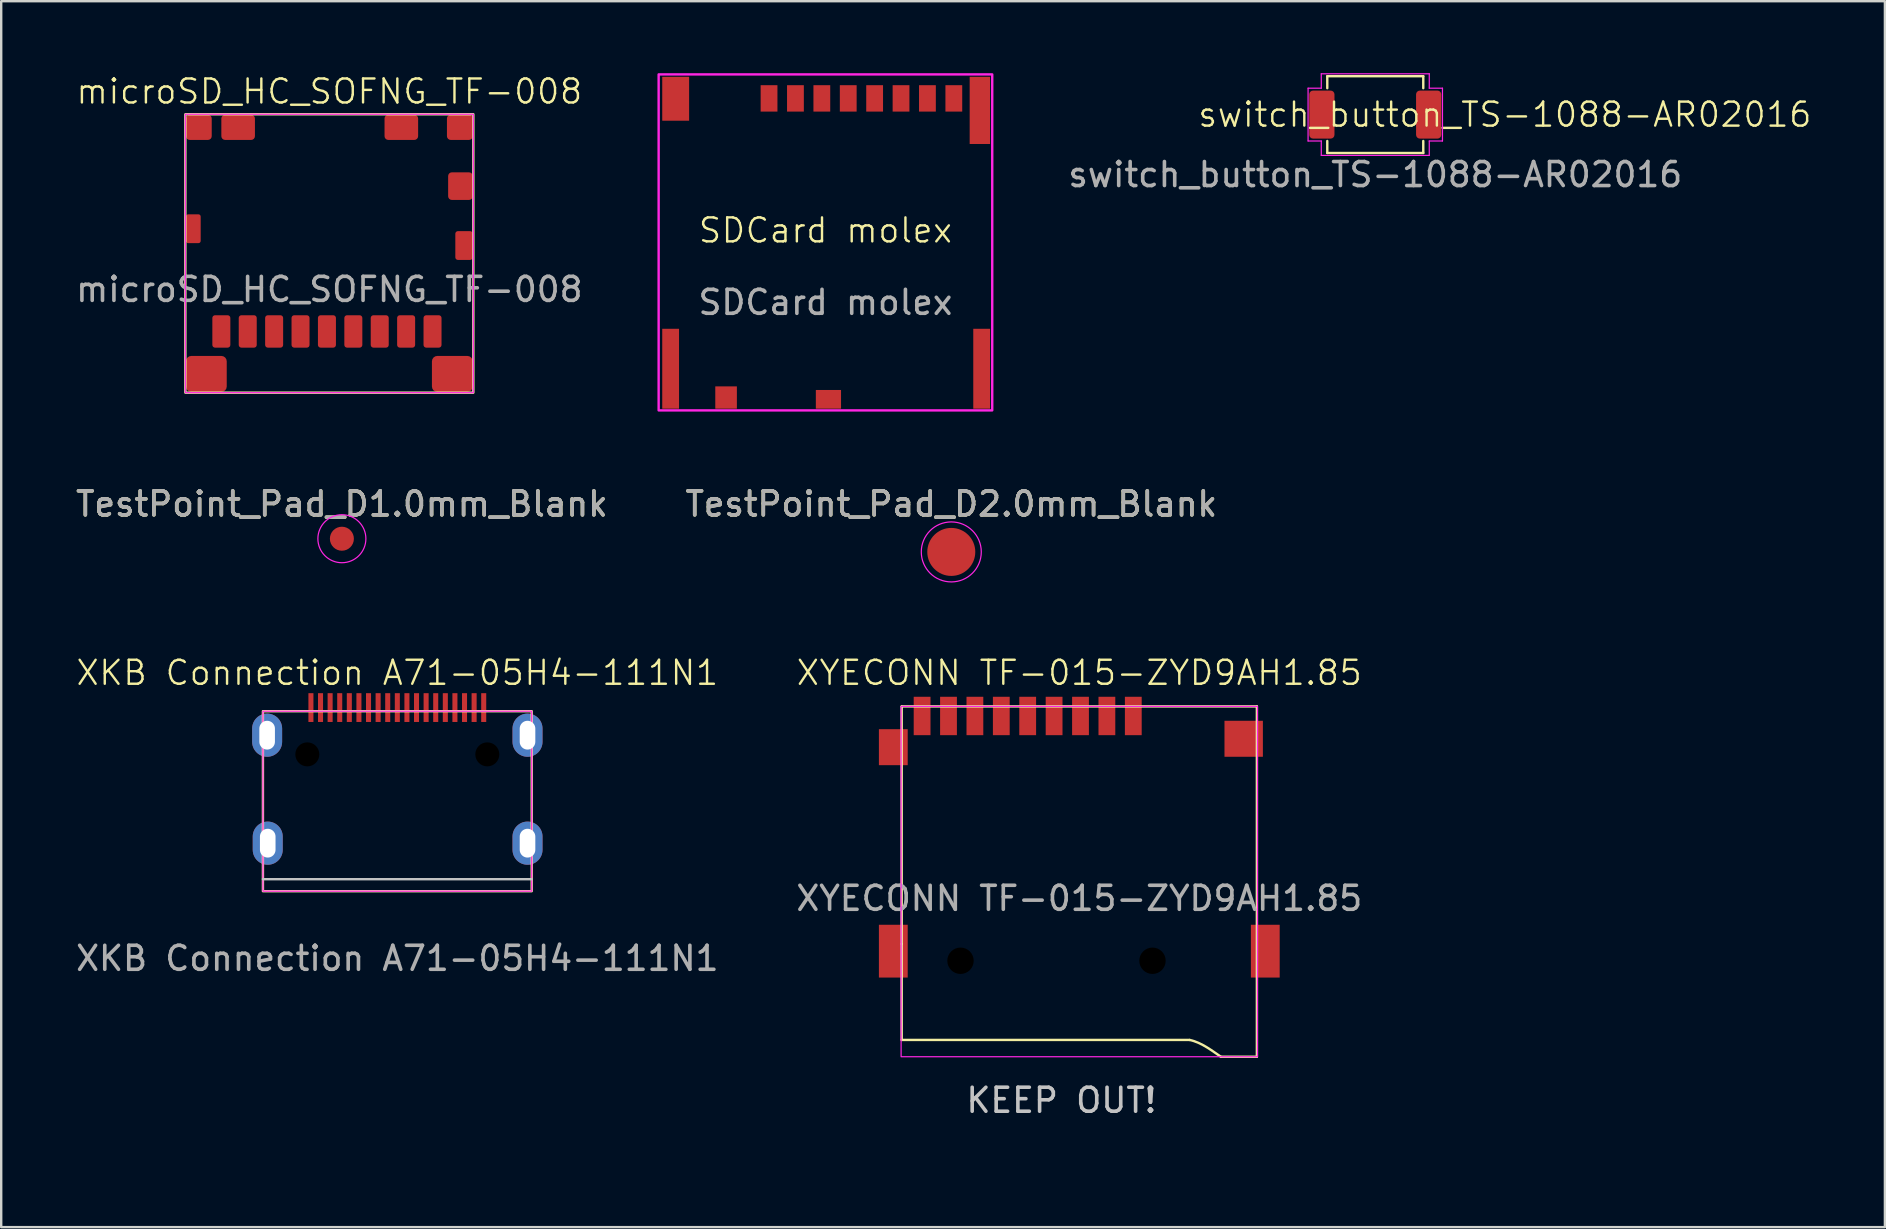
<source format=kicad_pcb>
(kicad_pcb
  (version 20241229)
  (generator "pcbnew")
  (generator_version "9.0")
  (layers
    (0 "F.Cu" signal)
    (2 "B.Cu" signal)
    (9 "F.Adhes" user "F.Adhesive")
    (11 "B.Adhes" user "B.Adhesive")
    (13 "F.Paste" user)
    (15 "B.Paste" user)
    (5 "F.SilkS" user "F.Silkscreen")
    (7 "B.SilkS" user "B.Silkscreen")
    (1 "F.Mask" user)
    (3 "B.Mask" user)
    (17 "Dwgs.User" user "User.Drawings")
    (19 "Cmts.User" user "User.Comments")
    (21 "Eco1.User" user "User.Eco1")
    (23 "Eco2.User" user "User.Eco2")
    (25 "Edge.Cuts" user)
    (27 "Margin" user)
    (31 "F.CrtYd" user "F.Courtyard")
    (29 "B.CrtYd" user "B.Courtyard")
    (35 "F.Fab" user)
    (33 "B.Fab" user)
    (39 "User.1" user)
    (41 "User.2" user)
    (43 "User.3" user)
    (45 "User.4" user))
  (footprint "XKB Connection A71-05H4-111N1"
    (layer "F.Cu")
    (at 13.506 27.584)
    (property "Reference" "XKB Connection A71-05H4-111N1" (at 0 -2.6 0) (unlocked yes) (layer "F.SilkS") (effects (font (size 1 1) (thickness 0.1))))
    (attr smd)
    (fp_rect (start -5.6 -1) (end 5.6 6.5) (stroke (width 0.1) (type default)) (fill no) (layer "F.SilkS"))
    (fp_line (start -5.6 6) (end 5.6 6) (stroke (width 0.1) (type default)) (layer "Dwgs.User"))
    (fp_rect (start -5.6 -1) (end 5.6 6.5) (stroke (width 0.05) (type solid)) (fill no) (layer "F.CrtYd"))
    (fp_text user "${REFERENCE}" (at 0 9.3 0) (unlocked yes) (layer "F.Fab") (effects (font (size 1 1) (thickness 0.15))))
    (pad "" np_thru_hole circle (at -3.75 0.8) (size 1 1) (drill 1) (layers "*.Mask"))
    (pad "" np_thru_hole circle (at 3.75 0.8) (size 1 1) (drill 1) (layers "*.Mask"))
    (pad "1" smd rect (at 3.6 -1.15) (size 0.21 1.2) (layers "F.Cu" "F.Mask" "F.Paste"))
    (pad "2" smd rect (at 3.2 -1.15) (size 0.21 1.2) (layers "F.Cu" "F.Mask" "F.Paste"))
    (pad "3" smd rect (at 2.8 -1.15) (size 0.21 1.2) (layers "F.Cu" "F.Mask" "F.Paste"))
    (pad "4" smd rect (at 2.4 -1.15) (size 0.21 1.2) (layers "F.Cu" "F.Mask" "F.Paste"))
    (pad "5" smd rect (at 2 -1.15) (size 0.21 1.2) (layers "F.Cu" "F.Mask" "F.Paste"))
    (pad "6" smd rect (at 1.6 -1.15) (size 0.21 1.2) (layers "F.Cu" "F.Mask" "F.Paste"))
    (pad "7" smd rect (at 1.2 -1.15) (size 0.21 1.2) (layers "F.Cu" "F.Mask" "F.Paste"))
    (pad "8" smd rect (at 0.8 -1.15) (size 0.21 1.2) (layers "F.Cu" "F.Mask" "F.Paste"))
    (pad "9" smd rect (at 0.4 -1.15) (size 0.21 1.2) (layers "F.Cu" "F.Mask" "F.Paste"))
    (pad "10" smd rect (at 0 -1.15) (size 0.21 1.2) (layers "F.Cu" "F.Mask" "F.Paste"))
    (pad "11" smd rect (at -0.4 -1.15) (size 0.21 1.2) (layers "F.Cu" "F.Mask" "F.Paste"))
    (pad "12" smd rect (at -0.8 -1.15) (size 0.21 1.2) (layers "F.Cu" "F.Mask" "F.Paste"))
    (pad "13" smd rect (at -1.2 -1.15) (size 0.21 1.2) (layers "F.Cu" "F.Mask" "F.Paste"))
    (pad "14" smd rect (at -1.6 -1.15) (size 0.21 1.2) (layers "F.Cu" "F.Mask" "F.Paste"))
    (pad "15" smd rect (at -2 -1.15) (size 0.21 1.2) (layers "F.Cu" "F.Mask" "F.Paste"))
    (pad "16" smd rect (at -2.4 -1.15) (size 0.21 1.2) (layers "F.Cu" "F.Mask" "F.Paste"))
    (pad "17" smd rect (at -2.8 -1.15) (size 0.21 1.2) (layers "F.Cu" "F.Mask" "F.Paste"))
    (pad "18" smd rect (at -3.2 -1.15) (size 0.21 1.2) (layers "F.Cu" "F.Mask" "F.Paste"))
    (pad "19" smd rect (at -3.6 -1.15) (size 0.21 1.2) (layers "F.Cu" "F.Mask" "F.Paste"))
    (pad "SH" thru_hole oval (at -5.425 0) (size 1.25 1.8) (drill oval 0.65 1.2) (layers "*.Cu" "*.Mask"))
    (pad "SH" thru_hole oval (at -5.4 4.5) (size 1.25 1.8) (drill oval 0.65 1.2) (layers "*.Cu" "*.Mask"))
    (pad "SH" thru_hole oval (at 5.425 0) (size 1.25 1.8) (drill oval 0.65 1.2) (layers "*.Cu" "*.Mask"))
    (pad "SH" thru_hole oval (at 5.425 4.5) (size 1.25 1.8) (drill oval 0.65 1.2) (layers "*.Cu" "*.Mask")))
  (footprint "SDCard molex"
    (layer "F.Cu")
    (at 31.345 7.05)
    (property "Reference" "SDCard molex" (at 0 -0.5 0) (unlocked yes) (layer "F.SilkS") (effects (font (size 1 1) (thickness 0.1))))
    (attr smd)
    (fp_rect (start -6.95 -7) (end 6.95 7) (stroke (width 0.1) (type solid)) (fill no) (layer "F.CrtYd"))
    (fp_text user "${REFERENCE}" (at 0 2.5 0) (unlocked yes) (layer "F.Fab") (effects (font (size 1 1) (thickness 0.15))))
    (pad "1" smd rect (at 5.35 -6) (size 0.7 1.1) (layers "F.Cu" "F.Mask" "F.Paste"))
    (pad "2" smd rect (at 4.25 -6) (size 0.7 1.1) (layers "F.Cu" "F.Mask" "F.Paste"))
    (pad "3" smd rect (at 3.15 -6) (size 0.7 1.1) (layers "F.Cu" "F.Mask" "F.Paste"))
    (pad "4" smd rect (at 2.05 -6) (size 0.7 1.1) (layers "F.Cu" "F.Mask" "F.Paste"))
    (pad "5" smd rect (at 0.95 -6) (size 0.7 1.1) (layers "F.Cu" "F.Mask" "F.Paste"))
    (pad "6" smd rect (at -0.15 -6) (size 0.7 1.1) (layers "F.Cu" "F.Mask" "F.Paste"))
    (pad "7" smd rect (at -1.25 -6) (size 0.7 1.1) (layers "F.Cu" "F.Mask" "F.Paste"))
    (pad "8" smd rect (at -2.35 -6) (size 0.7 1.1) (layers "F.Cu" "F.Mask" "F.Paste"))
    (pad "9" smd rect (at -4.14 6.465) (size 0.9 0.93) (layers "F.Cu" "F.Mask" "F.Paste"))
    (pad "10" smd rect (at 0.125 6.54) (size 1.05 0.78) (layers "F.Cu" "F.Mask" "F.Paste"))
    (pad "11" smd rect (at -6.45 5.265) (size 0.7 3.33) (layers "F.Cu" "F.Mask" "F.Paste"))
    (pad "11" smd rect (at -6.24 -5.985) (size 1.12 1.83) (layers "F.Cu" "F.Mask" "F.Paste"))
    (pad "11" smd rect (at 6.435 -5.5) (size 0.85 2.8) (layers "F.Cu" "F.Mask" "F.Paste"))
    (pad "11" smd rect (at 6.51 5.265) (size 0.7 3.33) (layers "F.Cu" "F.Mask" "F.Paste"))
    (zone (net_name "") (layer "Margin") (hatch edge 0.5) (connect_pads) (min_thickness 0.25) (filled_areas_thickness no) (keepout (tracks not_allowed) (vias not_allowed) (pads not_allowed) (copperpour not_allowed) (footprints allowed)) (placement (enabled no)) (fill) (polygon (pts (xy 25.295 8.05) (xy 24.495 8.05) (xy 24.495 5.35) (xy 25.295 5.35))))
    (zone (net_name "") (layer "Margin") (hatch edge 0.5) (connect_pads) (min_thickness 0.25) (filled_areas_thickness no) (keepout (tracks not_allowed) (vias not_allowed) (pads not_allowed) (copperpour not_allowed) (footprints allowed)) (placement (enabled no)) (fill) (polygon (pts (xy 26.695 13.45) (xy 26.295 13.45) (xy 26.295 11.35) (xy 26.695 11.35))))
    (zone (net_name "") (layer "Margin") (hatch edge 0.5) (connect_pads) (min_thickness 0.25) (filled_areas_thickness no) (keepout (tracks not_allowed) (vias not_allowed) (pads not_allowed) (copperpour not_allowed) (footprints allowed)) (placement (enabled no)) (fill) (polygon (pts (xy 28.495 13.65) (xy 27.695 13.65) (xy 27.695 12.85) (xy 28.495 12.85))))
    (zone (net_name "") (layer "Margin") (hatch edge 0.5) (connect_pads) (min_thickness 0.25) (filled_areas_thickness no) (keepout (tracks not_allowed) (vias not_allowed) (pads not_allowed) (copperpour allowed) (footprints allowed)) (placement (enabled no)) (fill) (polygon (pts (xy 38.295 14.05) (xy 38.295 3.05) (xy 28.288 3.05) (xy 28.288 8.05) (xy 27.788 8.05) (xy 27.788 11.05) (xy 31.515 11.05) (xy 31.515 12.05) (xy 29.795 12.05) (xy 29.795 14.05)))))
  (footprint "XYECONN TF-015-ZYD9AH1.85"
    (layer "F.Cu")
    (at 41.923 36.984)
    (property "Reference" "XYECONN TF-015-ZYD9AH1.85" (at 0 -12 0) (unlocked yes) (layer "F.SilkS") (effects (font (size 1 1) (thickness 0.1))))
    (attr smd)
    (fp_line (start -7.4 -10.6) (end 7.4 -10.6) (stroke (width 0.1) (type default)) (layer "F.SilkS"))
    (fp_line (start -7.4 -0.7) (end -7.4 -10.6) (stroke (width 0.1) (type default)) (layer "F.SilkS"))
    (fp_line (start -7.4 -0.7) (end -7.4 3.3) (stroke (width 0.1) (type default)) (layer "F.SilkS"))
    (fp_line (start -7.4 3.3) (end 4.6 3.3) (stroke (width 0.1) (type default)) (layer "F.SilkS"))
    (fp_line (start 5.9 4) (end 7.4 4) (stroke (width 0.1) (type default)) (layer "F.SilkS"))
    (fp_line (start 7.4 -10.6) (end 7.4 4) (stroke (width 0.1) (type default)) (layer "F.SilkS"))
    (fp_curve (pts (xy 4.6 3.3) (xy 5.1 3.4) (xy 5.6 3.8) (xy 5.9 4)) (stroke (width 0.1) (type default)) (layer "F.SilkS"))
    (fp_rect (start -7.425 -10.6) (end 7.425 4) (stroke (width 0.05) (type solid)) (fill no) (layer "F.CrtYd"))
    (fp_text user "KEEP OUT!" (at -4.8 6.4 0) (unlocked yes) (layer "Dwgs.User") (effects (font (size 1 1) (thickness 0.15)) (justify left bottom)))
    (fp_text user "${REFERENCE}" (at 0 -2.6 0) (unlocked yes) (layer "F.Fab") (effects (font (size 1 1) (thickness 0.15))))
    (pad "" np_thru_hole circle (at -4.95 0) (size 1.1 1.1) (drill 1.1) (layers "F.Mask"))
    (pad "" np_thru_hole circle (at 3.05 0) (size 1.1 1.1) (drill 1.1) (layers "F.Mask"))
    (pad "1" smd rect (at 2.25 -10.2) (size 0.7 1.6) (layers "F.Cu" "F.Mask" "F.Paste"))
    (pad "2" smd rect (at 1.15 -10.2) (size 0.7 1.6) (layers "F.Cu" "F.Mask" "F.Paste"))
    (pad "3" smd rect (at 0.05 -10.2) (size 0.7 1.6) (layers "F.Cu" "F.Mask" "F.Paste"))
    (pad "4" smd rect (at -1.05 -10.2) (size 0.7 1.6) (layers "F.Cu" "F.Mask" "F.Paste"))
    (pad "5" smd rect (at -2.15 -10.2) (size 0.7 1.6) (layers "F.Cu" "F.Mask" "F.Paste"))
    (pad "6" smd rect (at -3.25 -10.2) (size 0.7 1.6) (layers "F.Cu" "F.Mask" "F.Paste"))
    (pad "7" smd rect (at -4.35 -10.2) (size 0.7 1.6) (layers "F.Cu" "F.Mask" "F.Paste"))
    (pad "8" smd rect (at -5.45 -10.2) (size 0.7 1.6) (layers "F.Cu" "F.Mask" "F.Paste"))
    (pad "9" smd rect (at -6.55 -10.2) (size 0.7 1.6) (layers "F.Cu" "F.Mask" "F.Paste"))
    (pad "10" smd rect (at -7.75 -8.9) (size 1.2 1.5) (layers "F.Cu" "F.Mask" "F.Paste"))
    (pad "10" smd rect (at -7.75 -0.4) (size 1.2 2.2) (layers "F.Cu" "F.Mask" "F.Paste"))
    (pad "10" smd rect (at 6.85 -9.25) (size 1.6 1.5) (layers "F.Cu" "F.Mask" "F.Paste"))
    (pad "10" smd rect (at 7.75 -0.4) (size 1.2 2.2) (layers "F.Cu" "F.Mask" "F.Paste"))
    (zone (net_name "") (layer "F.CrtYd") (name "SD Card") (hatch edge 0.5) (connect_pads) (min_thickness 0.25) (filled_areas_thickness no) (keepout (tracks allowed) (vias allowed) (pads not_allowed) (copperpour allowed) (footprints not_allowed)) (placement (enabled no)) (fill) (polygon (pts (xy 34.523 40.984) (xy 34.523 40.284) (xy 47.823 40.284) (xy 47.823 45.084) (xy 34.523 45.084)))))
  (footprint "TestPoint_Pad_D2.0mm_Blank"
    (layer "F.Cu")
    (at 36.589 19.948)
    (property "Reference" "TestPoint_Pad_D2.0mm_Blank" (at 0 -1.998 0) (layer "F.SilkS") (effects (font (size 1 1) (thickness 0.15))))
    (attr exclude_from_pos_files exclude_from_bom)
    (fp_circle (center 0 0) (end 1.25 0) (stroke (width 0.05) (type solid)) (fill no) (layer "F.CrtYd"))
    (fp_text user "${REFERENCE}" (at 0 -2 0) (layer "F.Fab") (effects (font (size 1 1) (thickness 0.15))))
    (pad "1" smd circle (at 0 0) (size 2 2) (layers "F.Cu" "F.Mask")))
  (footprint "switch_button_TS-1088-AR02016"
    (layer "F.Cu")
    (at 54.256 1.725)
    (property "Reference" "switch_button_TS-1088-AR02016" (at 5.4 0 0) (unlocked yes) (layer "F.SilkS") (effects (font (size 1 1) (thickness 0.1))))
    (attr smd)
    (fp_line (start -2 -1.6) (end -2 -1.1) (stroke (width 0.1) (type default)) (layer "F.SilkS"))
    (fp_line (start -2 -1.6) (end 2 -1.6) (stroke (width 0.1) (type solid)) (layer "F.SilkS"))
    (fp_line (start -2 1.6) (end -2 1.1) (stroke (width 0.1) (type default)) (layer "F.SilkS"))
    (fp_line (start -2 1.6) (end 2 1.6) (stroke (width 0.1) (type solid)) (layer "F.SilkS"))
    (fp_line (start 2 -1.6) (end 2 -1.1) (stroke (width 0.1) (type default)) (layer "F.SilkS"))
    (fp_line (start 2 1.6) (end 2 1.1) (stroke (width 0.1) (type default)) (layer "F.SilkS"))
    (fp_line (start -2.8 -1.1) (end -2.25 -1.1) (stroke (width 0.05) (type default)) (layer "F.CrtYd"))
    (fp_line (start -2.8 1.1) (end -2.8 -1.1) (stroke (width 0.05) (type solid)) (layer "F.CrtYd"))
    (fp_line (start -2.8 1.1) (end -2.25 1.1) (stroke (width 0.05) (type default)) (layer "F.CrtYd"))
    (fp_line (start -2.25 -1.1) (end -2.25 -1.7) (stroke (width 0.05) (type default)) (layer "F.CrtYd"))
    (fp_line (start -2.25 1.7) (end -2.25 1.1) (stroke (width 0.05) (type default)) (layer "F.CrtYd"))
    (fp_line (start 2.25 -1.7) (end -2.25 -1.7) (stroke (width 0.05) (type solid)) (layer "F.CrtYd"))
    (fp_line (start 2.25 -1.7) (end 2.25 -1.1) (stroke (width 0.05) (type default)) (layer "F.CrtYd"))
    (fp_line (start 2.25 1.1) (end 2.25 1.7) (stroke (width 0.05) (type default)) (layer "F.CrtYd"))
    (fp_line (start 2.25 1.7) (end -2.25 1.7) (stroke (width 0.05) (type solid)) (layer "F.CrtYd"))
    (fp_line (start 2.8 -1.1) (end 2.25 -1.1) (stroke (width 0.05) (type default)) (layer "F.CrtYd"))
    (fp_line (start 2.8 -1.1) (end 2.8 1.1) (stroke (width 0.05) (type solid)) (layer "F.CrtYd"))
    (fp_line (start 2.8 1.1) (end 2.25 1.1) (stroke (width 0.05) (type default)) (layer "F.CrtYd"))
    (fp_text user "${REFERENCE}" (at 0 2.5 0) (unlocked yes) (layer "F.Fab") (effects (font (size 1 1) (thickness 0.15))))
    (pad "1" smd roundrect (at -2.225 0) (size 1.05 2) (layers "F.Cu" "F.Mask" "F.Paste") (roundrect_rratio 0.15))
    (pad "2" smd roundrect (at 2.225 0) (size 1.05 2) (layers "F.Cu" "F.Mask" "F.Paste") (roundrect_rratio 0.15)))
  (footprint "microSD_HC_SOFNG_TF-008"
    (layer "F.Cu")
    (at 10.673 10.761)
    (property "Reference" "microSD_HC_SOFNG_TF-008" (at 0 -10 0) (unlocked yes) (layer "F.SilkS") (effects (font (size 1 1) (thickness 0.1))))
    (attr smd)
    (fp_rect (start -6 -9.05) (end 6 2.55) (stroke (width 0.1) (type default)) (fill no) (layer "F.SilkS"))
    (fp_rect (start -6 -9.05) (end 6 2.55) (stroke (width 0.05) (type default)) (fill no) (layer "F.CrtYd"))
    (fp_text user "${REFERENCE}" (at 0 -1.75 0) (unlocked yes) (layer "F.Fab") (effects (font (size 1 1) (thickness 0.15))))
    (pad "1" smd roundrect (at 3.2 0) (size 0.75 1.35) (layers "F.Cu" "F.Mask" "F.Paste") (roundrect_rratio 0.15))
    (pad "2" smd roundrect (at 2.1 0) (size 0.75 1.35) (layers "F.Cu" "F.Mask" "F.Paste") (roundrect_rratio 0.15))
    (pad "3" smd roundrect (at 1 0) (size 0.75 1.35) (layers "F.Cu" "F.Mask" "F.Paste") (roundrect_rratio 0.15))
    (pad "4" smd roundrect (at -0.1 0) (size 0.75 1.35) (layers "F.Cu" "F.Mask" "F.Paste") (roundrect_rratio 0.15))
    (pad "5" smd roundrect (at -1.2 0) (size 0.75 1.35) (layers "F.Cu" "F.Mask" "F.Paste") (roundrect_rratio 0.15))
    (pad "6" smd roundrect (at -2.3 0) (size 0.75 1.35) (layers "F.Cu" "F.Mask" "F.Paste") (roundrect_rratio 0.15))
    (pad "7" smd roundrect (at -3.4 0) (size 0.75 1.35) (layers "F.Cu" "F.Mask" "F.Paste") (roundrect_rratio 0.15))
    (pad "8" smd roundrect (at -4.5 0) (size 0.75 1.35) (layers "F.Cu" "F.Mask" "F.Paste") (roundrect_rratio 0.15))
    (pad "9" smd roundrect (at 5.463 -6.055) (size 1.025 1.15) (layers "F.Cu" "F.Mask" "F.Paste") (roundrect_rratio 0.15))
    (pad "10" smd roundrect (at 4.3 0) (size 0.75 1.35) (layers "F.Cu" "F.Mask" "F.Paste") (roundrect_rratio 0.15))
    (pad "11" smd roundrect (at -5.668 -4.28) (size 0.615 1.2) (layers "F.Cu" "F.Mask" "F.Paste") (roundrect_rratio 0.15))
    (pad "11" smd roundrect (at -5.438 -8.505) (size 1.075 1.05) (layers "F.Cu" "F.Mask" "F.Paste") (roundrect_rratio 0.15))
    (pad "11" smd roundrect (at -5.125 1.77) (size 1.7 1.5) (layers "F.Cu" "F.Mask" "F.Paste") (roundrect_rratio 0.15))
    (pad "11" smd roundrect (at -3.8 -8.505) (size 1.4 1.05) (layers "F.Cu" "F.Mask" "F.Paste") (roundrect_rratio 0.15))
    (pad "11" smd roundrect (at 3 -8.505) (size 1.4 1.05) (layers "F.Cu" "F.Mask" "F.Paste") (roundrect_rratio 0.15))
    (pad "11" smd roundrect (at 5.125 1.77) (size 1.7 1.5) (layers "F.Cu" "F.Mask" "F.Paste") (roundrect_rratio 0.15))
    (pad "11" smd roundrect (at 5.438 -8.505) (size 1.075 1.05) (layers "F.Cu" "F.Mask" "F.Paste") (roundrect_rratio 0.15))
    (pad "11" smd roundrect (at 5.612 -3.58) (size 0.725 1.2) (layers "F.Cu" "F.Mask" "F.Paste") (roundrect_rratio 0.15))
    (zone (net_name "") (layer "F.Cu") (hatch edge 0.5) (connect_pads) (min_thickness 0.25) (filled_areas_thickness no) (keepout (tracks allowed) (vias allowed) (pads allowed) (copperpour not_allowed) (footprints not_allowed)) (placement (enabled no)) (fill) (polygon (pts (xy 15.773 11.761) (xy 15.773 9.161) (xy 5.523 9.161) (xy 5.523 11.761) (xy 4.673 11.761) (xy 4.673 7.111) (xy 5.323 7.111) (xy 5.323 5.861) (xy 4.673 5.861) (xy 4.673 2.811) (xy 5.273 2.811) (xy 5.273 3.16) (xy 16.023 3.16) (xy 16.023 2.811) (xy 16.673 2.811) (xy 16.673 4.111) (xy 15.623 4.111) (xy 15.623 5.311) (xy 16.673 5.311) (xy 16.673 6.561) (xy 15.923 6.561) (xy 15.923 7.811) (xy 16.673 7.811) (xy 16.673 11.761)))))
  (footprint "TestPoint_Pad_D1.0mm_Blank"
    (layer "F.Cu")
    (at 11.196 19.398)
    (property "Reference" "TestPoint_Pad_D1.0mm_Blank" (at 0 -1.448 0) (layer "F.SilkS") (effects (font (size 1 1) (thickness 0.15))))
    (attr exclude_from_pos_files exclude_from_bom)
    (fp_circle (center 0 0) (end 1 0) (stroke (width 0.05) (type solid)) (fill no) (layer "F.CrtYd"))
    (fp_text user "${REFERENCE}" (at 0 -1.45 0) (layer "F.Fab") (effects (font (size 1 1) (thickness 0.15))))
    (pad "1" smd circle (at 0 0) (size 1 1) (layers "F.Cu" "F.Mask")))
  (gr_rect
    (start -3 -3)
    (end 75.492 48.084)
    (stroke (width 0.1) (type default))
    (fill no)
    (layer "Edge.Cuts")))
</source>
